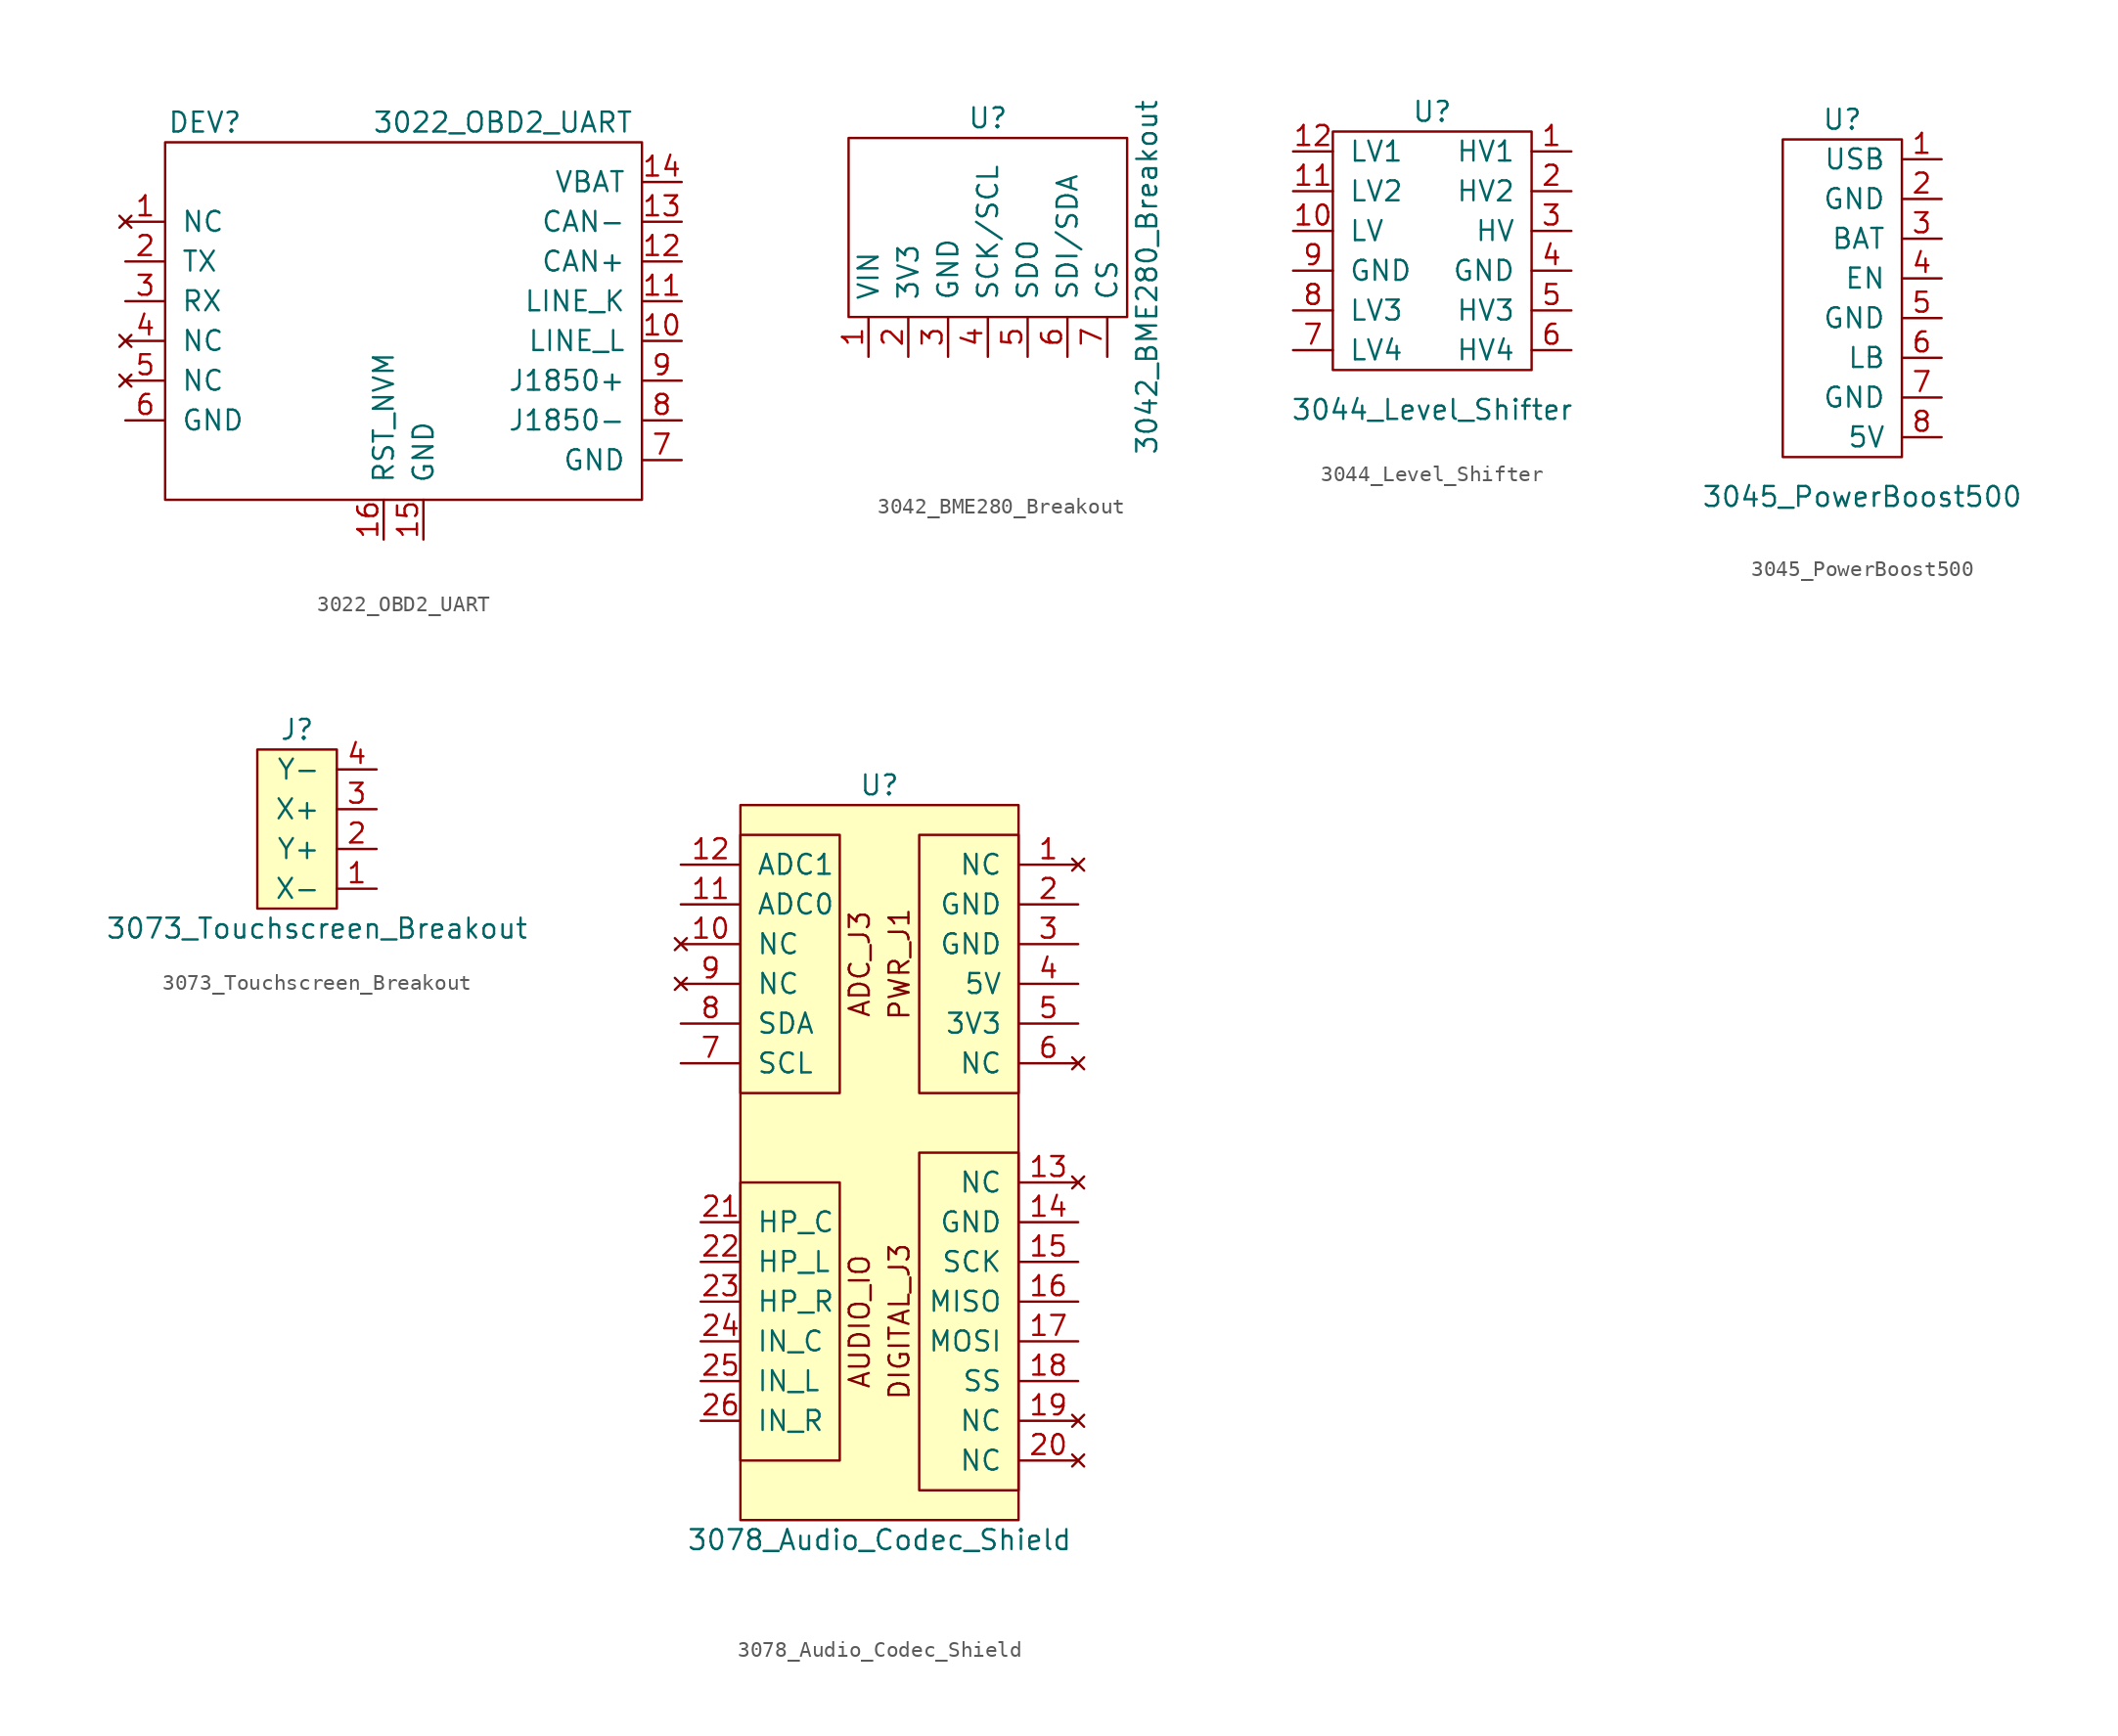
<source format=kicad_sym>
(kicad_symbol_lib
  (version 20211014)
  (generator kicad_symbol_editor)
  (symbol "3022_OBD2_UART"
    (pin_names
      (offset 1.016))
    (property "Reference" "DEV"
      (at -12.7 12.7 0)
      (effects (font (size 1.27 1.27))))
    (property "Value" "3022_OBD2_UART"
      (at 6.35 12.7 0)
      (effects (font (size 1.27 1.27))))
    (symbol "3022_OBD2_UART_0_1"
      (rectangle (start 15.24 11.43) (end -15.24 -11.43) (stroke (width 0) (type default) (color 0 0 0 0)) (fill (type none))))
    (symbol "3022_OBD2_UART_1_1"
      (pin no_connect line (at -17.78 6.35 0) (length 2.54) (name "NC" (effects (font (size 1.27 1.27)))) (number "1" (effects (font (size 1.27 1.27)))))
      (pin output line (at 17.78 -1.27 180) (length 2.54) (name "LINE_L" (effects (font (size 1.27 1.27)))) (number "10" (effects (font (size 1.27 1.27)))))
      (pin output line (at 17.78 1.27 180) (length 2.54) (name "LINE_K" (effects (font (size 1.27 1.27)))) (number "11" (effects (font (size 1.27 1.27)))))
      (pin output line (at 17.78 3.81 180) (length 2.54) (name "CAN+" (effects (font (size 1.27 1.27)))) (number "12" (effects (font (size 1.27 1.27)))))
      (pin output line (at 17.78 6.35 180) (length 2.54) (name "CAN-" (effects (font (size 1.27 1.27)))) (number "13" (effects (font (size 1.27 1.27)))))
      (pin power_out line (at 17.78 8.89 180) (length 2.54) (name "VBAT" (effects (font (size 1.27 1.27)))) (number "14" (effects (font (size 1.27 1.27)))))
      (pin power_out line (at 1.27 -13.97 90) (length 2.54) (name "GND" (effects (font (size 1.27 1.27)))) (number "15" (effects (font (size 1.27 1.27)))))
      (pin input line (at -1.27 -13.97 90) (length 2.54) (name "RST_NVM" (effects (font (size 1.27 1.27)))) (number "16" (effects (font (size 1.27 1.27)))))
      (pin output line (at -17.78 3.81 0) (length 2.54) (name "TX" (effects (font (size 1.27 1.27)))) (number "2" (effects (font (size 1.27 1.27)))))
      (pin input line (at -17.78 1.27 0) (length 2.54) (name "RX" (effects (font (size 1.27 1.27)))) (number "3" (effects (font (size 1.27 1.27)))))
      (pin no_connect line (at -17.78 -1.27 0) (length 2.54) (name "NC" (effects (font (size 1.27 1.27)))) (number "4" (effects (font (size 1.27 1.27)))))
      (pin no_connect line (at -17.78 -3.81 0) (length 2.54) (name "NC" (effects (font (size 1.27 1.27)))) (number "5" (effects (font (size 1.27 1.27)))))
      (pin power_in line (at -17.78 -6.35 0) (length 2.54) (name "GND" (effects (font (size 1.27 1.27)))) (number "6" (effects (font (size 1.27 1.27)))))
      (pin power_in line (at 17.78 -8.89 180) (length 2.54) (name "GND" (effects (font (size 1.27 1.27)))) (number "7" (effects (font (size 1.27 1.27)))))
      (pin output line (at 17.78 -6.35 180) (length 2.54) (name "J1850-" (effects (font (size 1.27 1.27)))) (number "8" (effects (font (size 1.27 1.27)))))
      (pin output line (at 17.78 -3.81 180) (length 2.54) (name "J1850+" (effects (font (size 1.27 1.27)))) (number "9" (effects (font (size 1.27 1.27)))))))
  (symbol "3042_BME280_Breakout"
    (pin_names
      (offset 1.016))
    (property "Reference" "U"
      (at 0 12.7 0)
      (effects (font (size 1.27 1.27))))
    (property "Value" "3042_BME280_Breakout"
      (at 10.16 2.54 90)
      (effects (font (size 1.27 1.27))))
    (symbol "3042_BME280_Breakout_0_1"
      (rectangle (start 8.89 0) (end -8.89 11.43) (stroke (width 0) (type default) (color 0 0 0 0)) (fill (type none))))
    (symbol "3042_BME280_Breakout_1_1"
      (pin power_in line (at -7.62 -2.54 90) (length 2.54) (name "VIN" (effects (font (size 1.27 1.27)))) (number "1" (effects (font (size 1.27 1.27)))))
      (pin bidirectional line (at -5.08 -2.54 90) (length 2.54) (name "3V3" (effects (font (size 1.27 1.27)))) (number "2" (effects (font (size 1.27 1.27)))))
      (pin power_in line (at -2.54 -2.54 90) (length 2.54) (name "GND" (effects (font (size 1.27 1.27)))) (number "3" (effects (font (size 1.27 1.27)))))
      (pin input line (at 0 -2.54 90) (length 2.54) (name "SCK/SCL" (effects (font (size 1.27 1.27)))) (number "4" (effects (font (size 1.27 1.27)))))
      (pin output line (at 2.54 -2.54 90) (length 2.54) (name "SDO" (effects (font (size 1.27 1.27)))) (number "5" (effects (font (size 1.27 1.27)))))
      (pin bidirectional line (at 5.08 -2.54 90) (length 2.54) (name "SDI/SDA" (effects (font (size 1.27 1.27)))) (number "6" (effects (font (size 1.27 1.27)))))
      (pin input line (at 7.62 -2.54 90) (length 2.54) (name "CS" (effects (font (size 1.27 1.27)))) (number "7" (effects (font (size 1.27 1.27)))))))
  (symbol "3044_Level_Shifter"
    (pin_names
      (offset 1.016))
    (property "Reference" "U"
      (at 0 8.89 0)
      (effects (font (size 1.27 1.27))))
    (property "Value" "3044_Level_Shifter"
      (at 0 -10.16 0)
      (effects (font (size 1.27 1.27))))
    (symbol "3044_Level_Shifter_0_1"
      (rectangle (start 6.35 7.62) (end -6.35 -7.62) (stroke (width 0) (type default) (color 0 0 0 0)) (fill (type none))))
    (symbol "3044_Level_Shifter_1_1"
      (pin bidirectional line (at 8.89 6.35 180) (length 2.54) (name "HV1" (effects (font (size 1.27 1.27)))) (number "1" (effects (font (size 1.27 1.27)))))
      (pin power_in line (at -8.89 1.27 0) (length 2.54) (name "LV" (effects (font (size 1.27 1.27)))) (number "10" (effects (font (size 1.27 1.27)))))
      (pin bidirectional line (at -8.89 3.81 0) (length 2.54) (name "LV2" (effects (font (size 1.27 1.27)))) (number "11" (effects (font (size 1.27 1.27)))))
      (pin bidirectional line (at -8.89 6.35 0) (length 2.54) (name "LV1" (effects (font (size 1.27 1.27)))) (number "12" (effects (font (size 1.27 1.27)))))
      (pin bidirectional line (at 8.89 3.81 180) (length 2.54) (name "HV2" (effects (font (size 1.27 1.27)))) (number "2" (effects (font (size 1.27 1.27)))))
      (pin power_in line (at 8.89 1.27 180) (length 2.54) (name "HV" (effects (font (size 1.27 1.27)))) (number "3" (effects (font (size 1.27 1.27)))))
      (pin power_in line (at 8.89 -1.27 180) (length 2.54) (name "GND" (effects (font (size 1.27 1.27)))) (number "4" (effects (font (size 1.27 1.27)))))
      (pin bidirectional line (at 8.89 -3.81 180) (length 2.54) (name "HV3" (effects (font (size 1.27 1.27)))) (number "5" (effects (font (size 1.27 1.27)))))
      (pin bidirectional line (at 8.89 -6.35 180) (length 2.54) (name "HV4" (effects (font (size 1.27 1.27)))) (number "6" (effects (font (size 1.27 1.27)))))
      (pin bidirectional line (at -8.89 -6.35 0) (length 2.54) (name "LV4" (effects (font (size 1.27 1.27)))) (number "7" (effects (font (size 1.27 1.27)))))
      (pin bidirectional line (at -8.89 -3.81 0) (length 2.54) (name "LV3" (effects (font (size 1.27 1.27)))) (number "8" (effects (font (size 1.27 1.27)))))
      (pin power_in line (at -8.89 -1.27 0) (length 2.54) (name "GND" (effects (font (size 1.27 1.27)))) (number "9" (effects (font (size 1.27 1.27)))))))
  (symbol "3045_PowerBoost500"
    (pin_names
      (offset 1.016))
    (property "Reference" "U"
      (at -3.81 11.43 0)
      (effects (font (size 1.27 1.27))))
    (property "Value" "3045_PowerBoost500"
      (at -2.54 -12.7 0)
      (effects (font (size 1.27 1.27))))
    (symbol "3045_PowerBoost500_0_1"
      (rectangle (start 0 10.16) (end -7.62 -10.16) (stroke (width 0) (type default) (color 0 0 0 0)) (fill (type none))))
    (symbol "3045_PowerBoost500_1_1"
      (pin power_in line (at 2.54 8.89 180) (length 2.54) (name "USB" (effects (font (size 1.27 1.27)))) (number "1" (effects (font (size 1.27 1.27)))))
      (pin power_in line (at 2.54 6.35 180) (length 2.54) (name "GND" (effects (font (size 1.27 1.27)))) (number "2" (effects (font (size 1.27 1.27)))))
      (pin power_out line (at 2.54 3.81 180) (length 2.54) (name "BAT" (effects (font (size 1.27 1.27)))) (number "3" (effects (font (size 1.27 1.27)))))
      (pin input line (at 2.54 1.27 180) (length 2.54) (name "EN" (effects (font (size 1.27 1.27)))) (number "4" (effects (font (size 1.27 1.27)))))
      (pin power_in line (at 2.54 -1.27 180) (length 2.54) (name "GND" (effects (font (size 1.27 1.27)))) (number "5" (effects (font (size 1.27 1.27)))))
      (pin output line (at 2.54 -3.81 180) (length 2.54) (name "LB" (effects (font (size 1.27 1.27)))) (number "6" (effects (font (size 1.27 1.27)))))
      (pin power_out line (at 2.54 -6.35 180) (length 2.54) (name "GND" (effects (font (size 1.27 1.27)))) (number "7" (effects (font (size 1.27 1.27)))))
      (pin power_out line (at 2.54 -8.89 180) (length 2.54) (name "5V" (effects (font (size 1.27 1.27)))) (number "8" (effects (font (size 1.27 1.27)))))))
  (symbol "3073_Touchscreen_Breakout"
    (pin_names
      (offset 1.016))
    (property "Reference" "J"
      (at 0 6.35 0)
      (effects (font (size 1.27 1.27))))
    (property "Value" "3073_Touchscreen_Breakout"
      (at 1.27 -6.35 0)
      (effects (font (size 1.27 1.27))))
    (symbol "3073_Touchscreen_Breakout_0_1"
      (rectangle (start 2.54 -5.08) (end -2.54 5.08) (stroke (width 0) (type default) (color 0 0 0 0)) (fill (type background))))
    (symbol "3073_Touchscreen_Breakout_1_1"
      (pin output line (at 5.08 -3.81 180) (length 2.54) (name "X-" (effects (font (size 1.27 1.27)))) (number "1" (effects (font (size 1.27 1.27)))))
      (pin output line (at 5.08 -1.27 180) (length 2.54) (name "Y+" (effects (font (size 1.27 1.27)))) (number "2" (effects (font (size 1.27 1.27)))))
      (pin input line (at 5.08 1.27 180) (length 2.54) (name "X+" (effects (font (size 1.27 1.27)))) (number "3" (effects (font (size 1.27 1.27)))))
      (pin input line (at 5.08 3.81 180) (length 2.54) (name "Y-" (effects (font (size 1.27 1.27)))) (number "4" (effects (font (size 1.27 1.27)))))))
  (symbol "3078_Audio_Codec_Shield"
    (pin_names
      (offset 1.016))
    (property "Reference" "U"
      (at 0 21.59 0)
      (effects (font (size 1.27 1.27))))
    (property "Value" "3078_Audio_Codec_Shield"
      (at 0 -26.67 0)
      (effects (font (size 1.27 1.27))))
    (symbol "3078_Audio_Codec_Shield_0_0"
      (rectangle (start -8.89 18.415) (end -2.54 1.905) (stroke (width 0) (type default) (color 0 0 0 0)) (fill (type none)))
      (rectangle (start 8.89 -1.905) (end 2.54 -23.495) (stroke (width 0) (type default) (color 0 0 0 0)) (fill (type none)))
      (rectangle (start 8.89 18.415) (end 2.54 1.905) (stroke (width 0) (type default) (color 0 0 0 0)) (fill (type none)))
      (text "ADC_J3" (at -1.27 10.16 900) (effects (font (size 1.27 1.27))))
      (text "AUDIO_IO" (at -1.27 -12.7 900) (effects (font (size 1.27 1.27))))
      (text "DIGITAL_J3" (at 1.27 -12.7 900) (effects (font (size 1.27 1.27))))
      (text "PWR_J1" (at 1.27 10.16 900) (effects (font (size 1.27 1.27)))))
    (symbol "3078_Audio_Codec_Shield_0_1"
      (rectangle (start -8.89 -3.81) (end -2.54 -21.59) (stroke (width 0) (type default) (color 0 0 0 0)) (fill (type none)))
      (rectangle (start 8.89 20.32) (end -8.89 -25.4) (stroke (width 0) (type default) (color 0 0 0 0)) (fill (type background))))
    (symbol "3078_Audio_Codec_Shield_1_1"
      (pin no_connect line (at 12.7 16.51 180) (length 3.81) (name "NC" (effects (font (size 1.27 1.27)))) (number "1" (effects (font (size 1.27 1.27)))))
      (pin no_connect line (at -12.7 11.43 0) (length 3.81) (name "NC" (effects (font (size 1.27 1.27)))) (number "10" (effects (font (size 1.27 1.27)))))
      (pin output line (at -12.7 13.97 0) (length 3.81) (name "ADC0" (effects (font (size 1.27 1.27)))) (number "11" (effects (font (size 1.27 1.27)))))
      (pin output line (at -12.7 16.51 0) (length 3.81) (name "ADC1" (effects (font (size 1.27 1.27)))) (number "12" (effects (font (size 1.27 1.27)))))
      (pin no_connect line (at 12.7 -3.81 180) (length 3.81) (name "NC" (effects (font (size 1.27 1.27)))) (number "13" (effects (font (size 1.27 1.27)))))
      (pin power_in line (at 12.7 -6.35 180) (length 3.81) (name "GND" (effects (font (size 1.27 1.27)))) (number "14" (effects (font (size 1.27 1.27)))))
      (pin input line (at 12.7 -8.89 180) (length 3.81) (name "SCK" (effects (font (size 1.27 1.27)))) (number "15" (effects (font (size 1.27 1.27)))))
      (pin output line (at 12.7 -11.43 180) (length 3.81) (name "MISO" (effects (font (size 1.27 1.27)))) (number "16" (effects (font (size 1.27 1.27)))))
      (pin input line (at 12.7 -13.97 180) (length 3.81) (name "MOSI" (effects (font (size 1.27 1.27)))) (number "17" (effects (font (size 1.27 1.27)))))
      (pin input line (at 12.7 -16.51 180) (length 3.81) (name "SS" (effects (font (size 1.27 1.27)))) (number "18" (effects (font (size 1.27 1.27)))))
      (pin no_connect line (at 12.7 -19.05 180) (length 3.81) (name "NC" (effects (font (size 1.27 1.27)))) (number "19" (effects (font (size 1.27 1.27)))))
      (pin power_in line (at 12.7 13.97 180) (length 3.81) (name "GND" (effects (font (size 1.27 1.27)))) (number "2" (effects (font (size 1.27 1.27)))))
      (pin no_connect line (at 12.7 -21.59 180) (length 3.81) (name "NC" (effects (font (size 1.27 1.27)))) (number "20" (effects (font (size 1.27 1.27)))))
      (pin output line (at -11.43 -6.35 0) (length 2.54) (name "HP_C" (effects (font (size 1.27 1.27)))) (number "21" (effects (font (size 1.27 1.27)))))
      (pin output line (at -11.43 -8.89 0) (length 2.54) (name "HP_L" (effects (font (size 1.27 1.27)))) (number "22" (effects (font (size 1.27 1.27)))))
      (pin output line (at -11.43 -11.43 0) (length 2.54) (name "HP_R" (effects (font (size 1.27 1.27)))) (number "23" (effects (font (size 1.27 1.27)))))
      (pin output line (at -11.43 -13.97 0) (length 2.54) (name "IN_C" (effects (font (size 1.27 1.27)))) (number "24" (effects (font (size 1.27 1.27)))))
      (pin output line (at -11.43 -16.51 0) (length 2.54) (name "IN_L" (effects (font (size 1.27 1.27)))) (number "25" (effects (font (size 1.27 1.27)))))
      (pin output line (at -11.43 -19.05 0) (length 2.54) (name "IN_R" (effects (font (size 1.27 1.27)))) (number "26" (effects (font (size 1.27 1.27)))))
      (pin power_in line (at 12.7 11.43 180) (length 3.81) (name "GND" (effects (font (size 1.27 1.27)))) (number "3" (effects (font (size 1.27 1.27)))))
      (pin input line (at 12.7 8.89 180) (length 3.81) (name "5V" (effects (font (size 1.27 1.27)))) (number "4" (effects (font (size 1.27 1.27)))))
      (pin input line (at 12.7 6.35 180) (length 3.81) (name "3V3" (effects (font (size 1.27 1.27)))) (number "5" (effects (font (size 1.27 1.27)))))
      (pin no_connect line (at 12.7 3.81 180) (length 3.81) (name "NC" (effects (font (size 1.27 1.27)))) (number "6" (effects (font (size 1.27 1.27)))))
      (pin input line (at -12.7 3.81 0) (length 3.81) (name "SCL" (effects (font (size 1.27 1.27)))) (number "7" (effects (font (size 1.27 1.27)))))
      (pin input line (at -12.7 6.35 0) (length 3.81) (name "SDA" (effects (font (size 1.27 1.27)))) (number "8" (effects (font (size 1.27 1.27)))))
      (pin no_connect line (at -12.7 8.89 0) (length 3.81) (name "NC" (effects (font (size 1.27 1.27)))) (number "9" (effects (font (size 1.27 1.27))))))))
</source>
